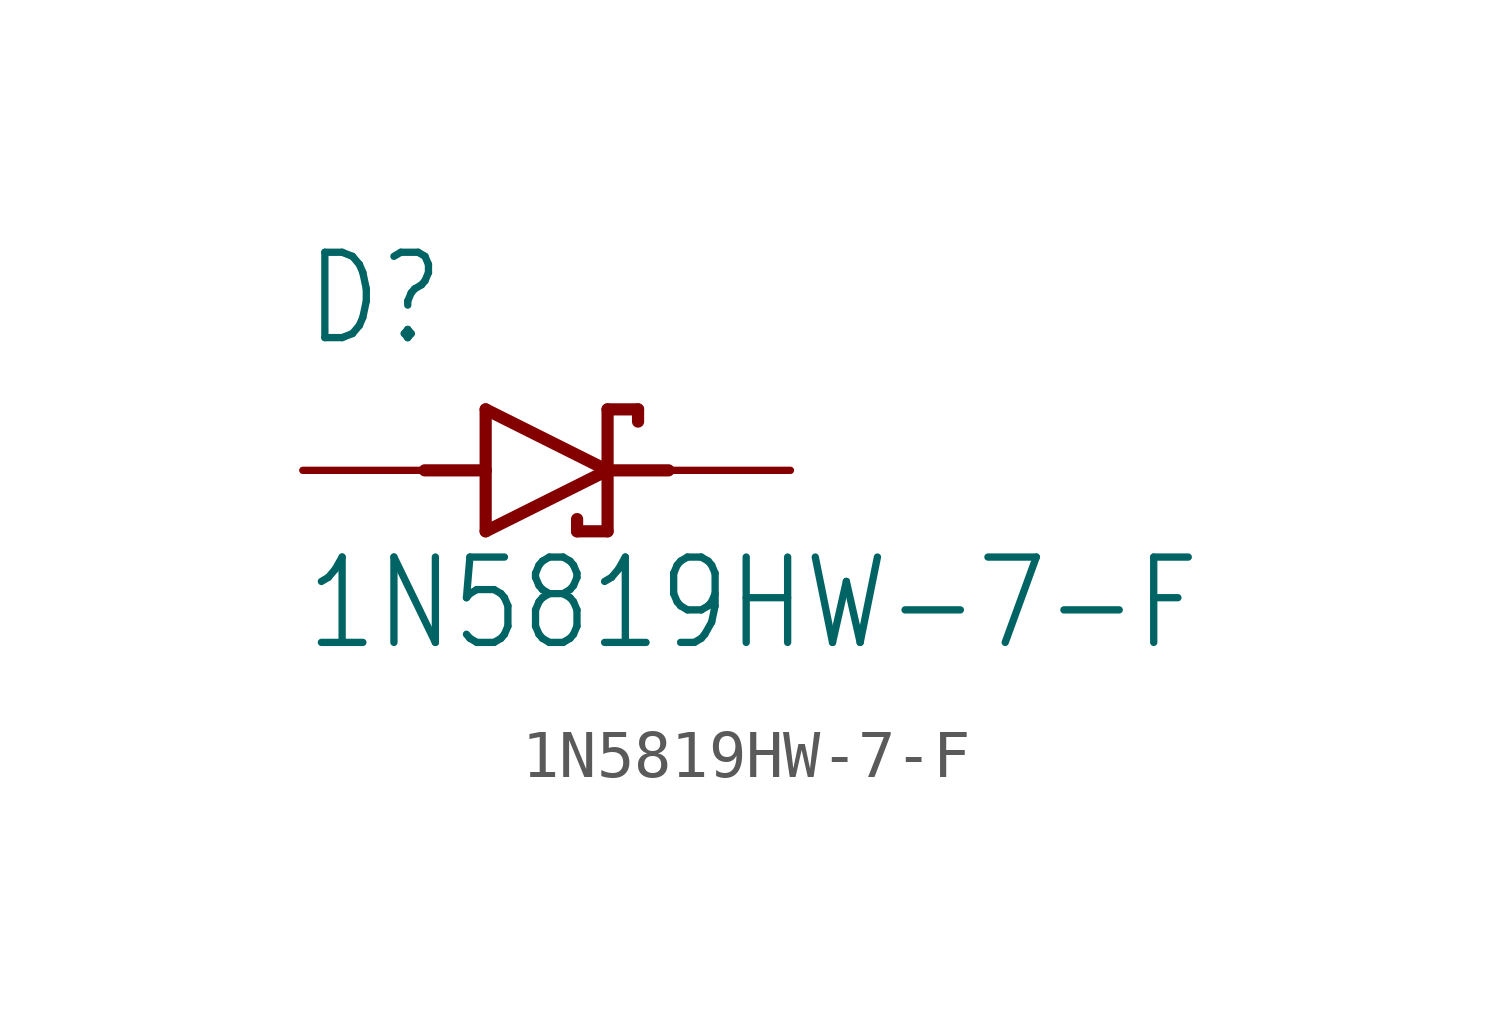
<source format=kicad_sym>
(kicad_symbol_lib
  (version 20211014)
  (generator kicad_symbol_editor)
  (symbol "1N5819HW-7-F"
    (property "Reference" "D"
      (at -5.08 2.54 0)
      (effects (font (size 1.778 1.511)) (justify left bottom)))
    (property "Value" "1N5819HW-7-F"
      (at -5.08 -3.81 0)
      (effects (font (size 1.778 1.511)) (justify left bottom)))
    (property "ki_locked" ""
      (at 0 0 0)
      (effects (font (size 1.27 1.27))))
    (symbol "1N5819HW-7-F_1_0"
      (polyline (pts (xy -2.54 0) (xy -1.27 0)) (stroke (width 0.254) (type default) (color 0 0 0 0)) (fill (type none)))
      (polyline (pts (xy -1.27 -1.27) (xy 1.27 0)) (stroke (width 0.254) (type default) (color 0 0 0 0)) (fill (type none)))
      (polyline (pts (xy -1.27 0) (xy -1.27 -1.27)) (stroke (width 0.254) (type default) (color 0 0 0 0)) (fill (type none)))
      (polyline (pts (xy -1.27 1.27) (xy -1.27 0)) (stroke (width 0.254) (type default) (color 0 0 0 0)) (fill (type none)))
      (polyline (pts (xy 0.635 -1.016) (xy 0.635 -1.27)) (stroke (width 0.254) (type default) (color 0 0 0 0)) (fill (type none)))
      (polyline (pts (xy 1.27 -1.27) (xy 0.635 -1.27)) (stroke (width 0.254) (type default) (color 0 0 0 0)) (fill (type none)))
      (polyline (pts (xy 1.27 0) (xy -1.27 1.27)) (stroke (width 0.254) (type default) (color 0 0 0 0)) (fill (type none)))
      (polyline (pts (xy 1.27 0) (xy 1.27 -1.27)) (stroke (width 0.254) (type default) (color 0 0 0 0)) (fill (type none)))
      (polyline (pts (xy 1.27 1.27) (xy 1.27 0)) (stroke (width 0.254) (type default) (color 0 0 0 0)) (fill (type none)))
      (polyline (pts (xy 1.905 1.27) (xy 1.27 1.27)) (stroke (width 0.254) (type default) (color 0 0 0 0)) (fill (type none)))
      (polyline (pts (xy 1.905 1.27) (xy 1.905 1.016)) (stroke (width 0.254) (type default) (color 0 0 0 0)) (fill (type none)))
      (polyline (pts (xy 2.54 0) (xy 1.27 0)) (stroke (width 0.254) (type default) (color 0 0 0 0)) (fill (type none)))
      (pin passive line (at -5.08 0 0) (length 2.54) (name "A" (effects (font (size 0 0)))) (number "A" (effects (font (size 0 0)))))
      (pin passive line (at 5.08 0 180) (length 2.54) (name "K" (effects (font (size 0 0)))) (number "C" (effects (font (size 0 0))))))))
</source>
